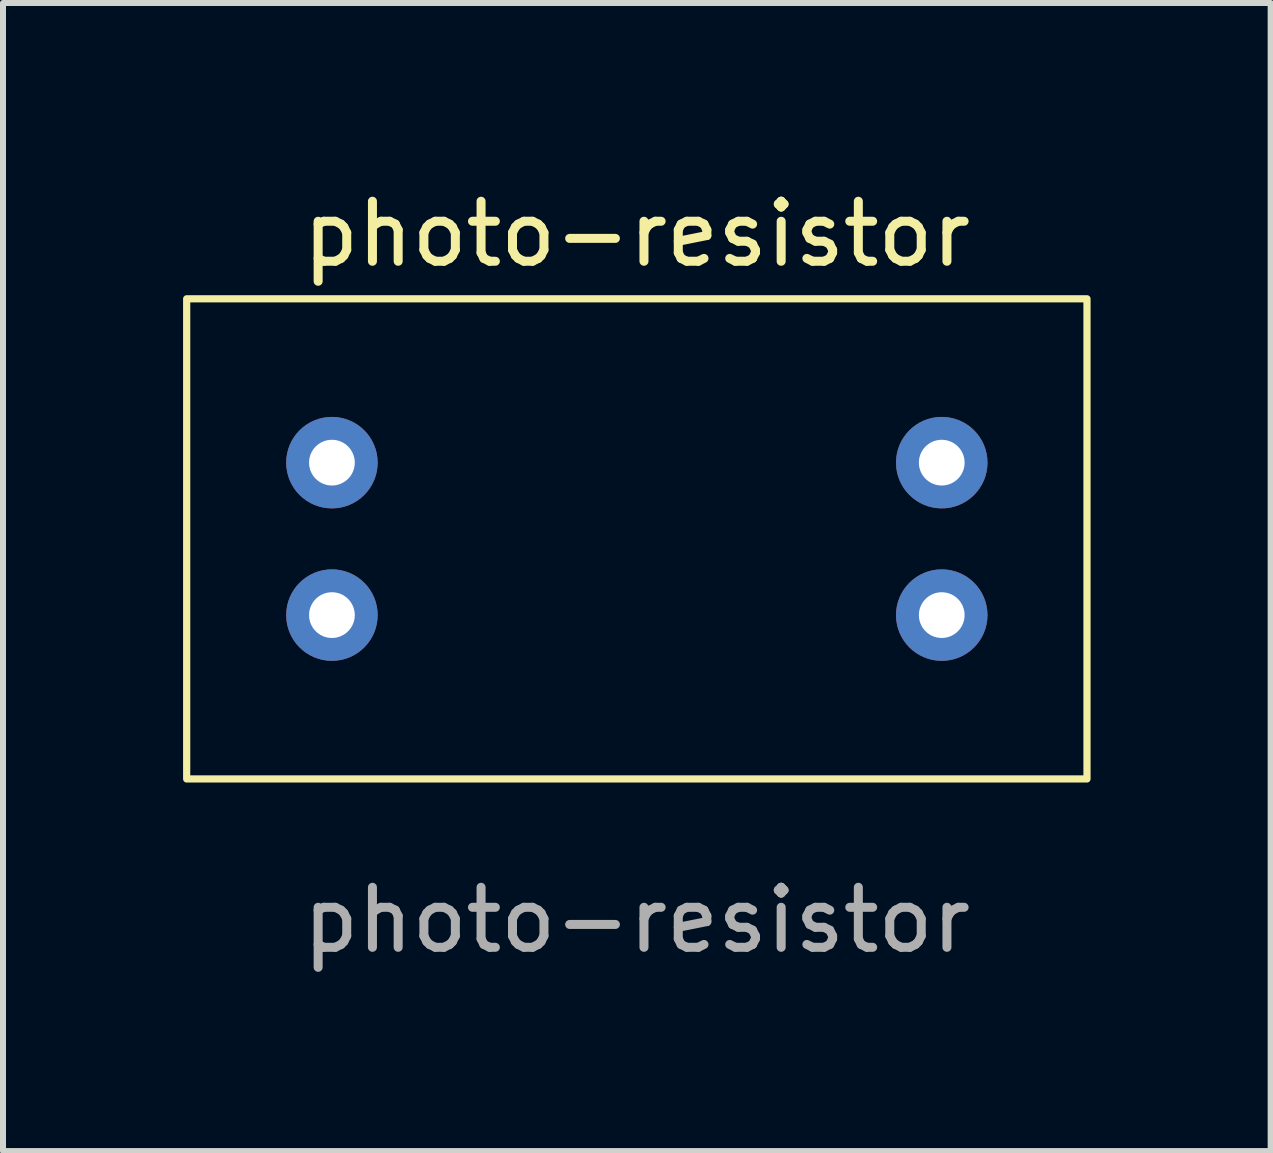
<source format=kicad_pcb>
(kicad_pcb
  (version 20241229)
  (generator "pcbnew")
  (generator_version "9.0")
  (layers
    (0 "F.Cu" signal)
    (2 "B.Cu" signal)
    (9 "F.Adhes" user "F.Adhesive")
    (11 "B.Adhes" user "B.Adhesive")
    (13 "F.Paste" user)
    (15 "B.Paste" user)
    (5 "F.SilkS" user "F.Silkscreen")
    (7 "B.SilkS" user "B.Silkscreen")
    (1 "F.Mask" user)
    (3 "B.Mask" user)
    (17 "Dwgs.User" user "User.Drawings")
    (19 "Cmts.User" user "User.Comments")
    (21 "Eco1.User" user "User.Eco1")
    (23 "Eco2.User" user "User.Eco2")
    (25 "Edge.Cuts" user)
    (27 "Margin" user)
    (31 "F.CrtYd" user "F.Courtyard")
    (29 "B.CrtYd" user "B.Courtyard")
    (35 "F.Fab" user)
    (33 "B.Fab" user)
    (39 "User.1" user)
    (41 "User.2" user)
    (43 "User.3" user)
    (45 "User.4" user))
  (footprint "photo-resistor"
    (layer "F.Cu")
    (at 7.56 5.928)
    (property "Reference" "photo-resistor" (at 0 -5.08 0) (unlocked yes) (layer "F.SilkS") (effects (font (size 1 1) (thickness 0.15))))
    (attr through_hole)
    (fp_rect (start 7.5 -4) (end -7.5 4) (stroke (width 0.12) (type solid)) (fill no) (layer "F.SilkS"))
    (fp_text user "${REFERENCE}" (at 0 6.35 0) (unlocked yes) (layer "F.Fab") (effects (font (size 1 1) (thickness 0.15))))
    (pad "1" thru_hole circle (at 5.08 -1.27) (size 1.524 1.524) (drill 0.762) (layers "*.Cu" "*.Mask"))
    (pad "2" thru_hole circle (at 5.08 1.27) (size 1.524 1.524) (drill 0.762) (layers "*.Cu" "*.Mask"))
    (pad "3" thru_hole circle (at -5.08 1.27) (size 1.524 1.524) (drill 0.762) (layers "*.Cu" "*.Mask"))
    (pad "4" thru_hole circle (at -5.08 -1.27) (size 1.524 1.524) (drill 0.762) (layers "*.Cu" "*.Mask")))
  (gr_rect
    (start -3 -3)
    (end 18.12 16.127)
    (stroke (width 0.1) (type default))
    (fill no)
    (layer "Edge.Cuts")))
</source>
